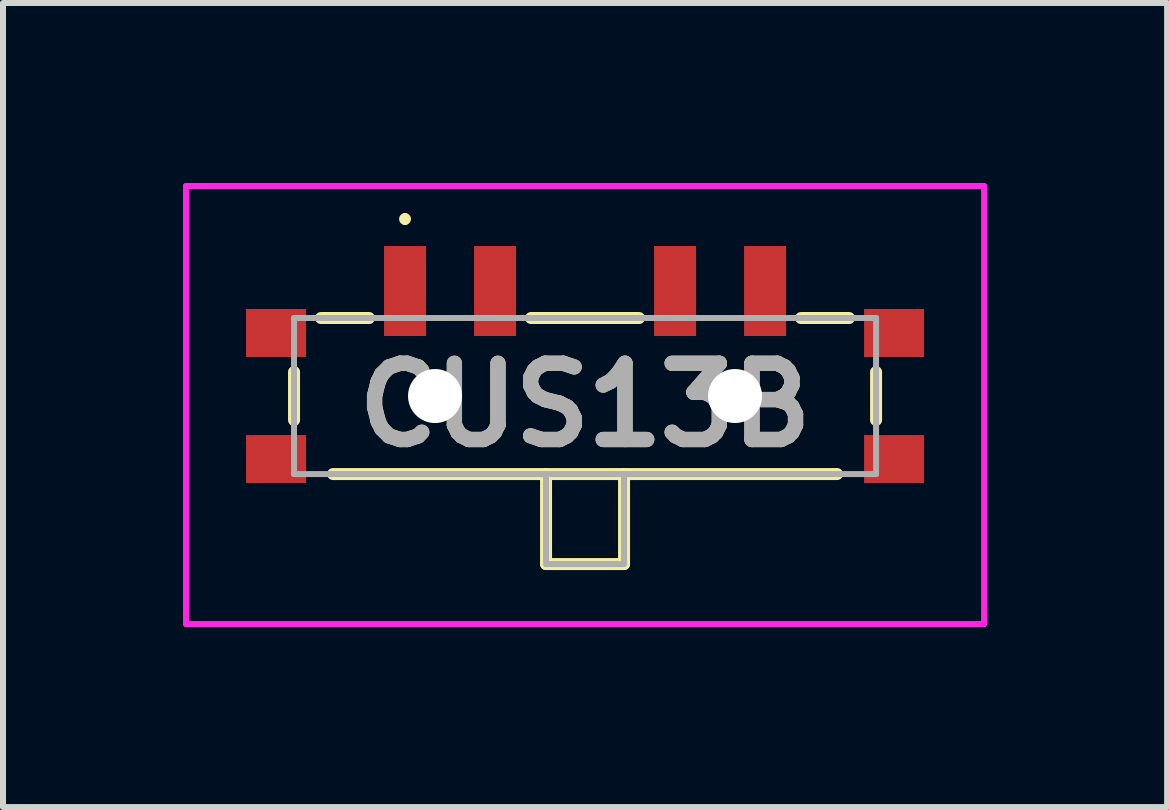
<source format=kicad_pcb>
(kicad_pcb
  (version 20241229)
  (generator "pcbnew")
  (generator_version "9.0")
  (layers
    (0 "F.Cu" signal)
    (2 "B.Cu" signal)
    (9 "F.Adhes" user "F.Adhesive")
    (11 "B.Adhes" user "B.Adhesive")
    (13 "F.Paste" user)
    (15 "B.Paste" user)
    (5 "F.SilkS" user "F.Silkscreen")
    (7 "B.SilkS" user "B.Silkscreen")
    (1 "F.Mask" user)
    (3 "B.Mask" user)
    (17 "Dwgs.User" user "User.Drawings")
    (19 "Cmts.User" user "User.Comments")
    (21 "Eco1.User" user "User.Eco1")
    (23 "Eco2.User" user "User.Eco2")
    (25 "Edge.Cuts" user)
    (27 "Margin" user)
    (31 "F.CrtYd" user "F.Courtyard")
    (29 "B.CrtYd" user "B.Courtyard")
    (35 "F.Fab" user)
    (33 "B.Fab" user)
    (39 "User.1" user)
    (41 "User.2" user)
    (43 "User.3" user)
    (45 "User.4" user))
  (footprint "CUS13B"
    (layer "F.Cu")
    (at 6.7 3.55)
    (property "Reference" "CUS13B" (at 0 0.15 0) (layer "F.SilkS") (effects (font (size 1.27 1.27) (thickness 0.254))))
    (attr through_hole)
    (fp_line (start -4.85 -0.4) (end -4.85 0.4) (stroke (width 0.2) (type solid)) (layer "F.SilkS"))
    (fp_line (start -4.4 -1.3) (end -3.6 -1.3) (stroke (width 0.2) (type solid)) (layer "F.SilkS"))
    (fp_line (start -4.2 1.3) (end 4.2 1.3) (stroke (width 0.2) (type solid)) (layer "F.SilkS"))
    (fp_line (start -3 -3) (end -3 -3) (stroke (width 0.1) (type solid)) (layer "F.SilkS"))
    (fp_line (start -3 -2.9) (end -3 -2.9) (stroke (width 0.1) (type solid)) (layer "F.SilkS"))
    (fp_line (start -0.9 -1.3) (end 0.9 -1.3) (stroke (width 0.2) (type solid)) (layer "F.SilkS"))
    (fp_line (start -0.65 1.3) (end -0.65 2.8) (stroke (width 0.2) (type solid)) (layer "F.SilkS"))
    (fp_line (start -0.65 2.8) (end 0.65 2.8) (stroke (width 0.2) (type solid)) (layer "F.SilkS"))
    (fp_line (start 0.65 2.8) (end 0.65 1.3) (stroke (width 0.2) (type solid)) (layer "F.SilkS"))
    (fp_line (start 3.6 -1.3) (end 4.4 -1.3) (stroke (width 0.2) (type solid)) (layer "F.SilkS"))
    (fp_line (start 4.85 -0.4) (end 4.85 0.4) (stroke (width 0.2) (type solid)) (layer "F.SilkS"))
    (fp_arc (start -3 -3) (mid -2.95 -2.95) (end -3 -2.9) (stroke (width 0.1) (type solid)) (layer "F.SilkS"))
    (fp_arc (start -3 -2.9) (mid -3.05 -2.95) (end -3 -3) (stroke (width 0.1) (type solid)) (layer "F.SilkS"))
    (fp_line (start -6.65 -3.5) (end 6.65 -3.5) (stroke (width 0.1) (type solid)) (layer "F.CrtYd"))
    (fp_line (start -6.65 3.8) (end -6.65 -3.5) (stroke (width 0.1) (type solid)) (layer "F.CrtYd"))
    (fp_line (start 6.65 -3.5) (end 6.65 3.8) (stroke (width 0.1) (type solid)) (layer "F.CrtYd"))
    (fp_line (start 6.65 3.8) (end -6.65 3.8) (stroke (width 0.1) (type solid)) (layer "F.CrtYd"))
    (fp_line (start -4.85 -1.3) (end 4.85 -1.3) (stroke (width 0.1) (type solid)) (layer "F.Fab"))
    (fp_line (start -4.85 1.3) (end -4.85 -1.3) (stroke (width 0.1) (type solid)) (layer "F.Fab"))
    (fp_line (start -0.65 1.3) (end -0.65 2.8) (stroke (width 0.1) (type solid)) (layer "F.Fab"))
    (fp_line (start -0.65 2.8) (end 0.65 2.8) (stroke (width 0.1) (type solid)) (layer "F.Fab"))
    (fp_line (start 0.65 2.8) (end 0.65 1.3) (stroke (width 0.1) (type solid)) (layer "F.Fab"))
    (fp_line (start 4.85 -1.3) (end 4.85 1.3) (stroke (width 0.1) (type solid)) (layer "F.Fab"))
    (fp_line (start 4.85 1.3) (end -4.85 1.3) (stroke (width 0.1) (type solid)) (layer "F.Fab"))
    (fp_text user "${REFERENCE}" (at 0 0.15 0) (layer "F.Fab") (effects (font (size 1.27 1.27) (thickness 0.254))))
    (pad "" np_thru_hole circle (at -2.5 0) (size 0.9 0.9) (drill 0.9) (layers "*.Cu" "*.Mask"))
    (pad "" np_thru_hole circle (at 2.5 0) (size 0.9 0.9) (drill 0.9) (layers "*.Cu" "*.Mask"))
    (pad "1" smd rect (at -3 -1.75) (size 0.7 1.5) (layers "F.Cu" "F.Mask" "F.Paste"))
    (pad "2" smd rect (at -1.5 -1.75) (size 0.7 1.5) (layers "F.Cu" "F.Mask" "F.Paste"))
    (pad "3" smd rect (at 1.5 -1.75) (size 0.7 1.5) (layers "F.Cu" "F.Mask" "F.Paste"))
    (pad "4" smd rect (at 3 -1.75) (size 0.7 1.5) (layers "F.Cu" "F.Mask" "F.Paste"))
    (pad "MP1" smd rect (at -5.15 -1.05 90) (size 0.8 1) (layers "F.Cu" "F.Mask" "F.Paste"))
    (pad "MP2" smd rect (at 5.15 -1.05 90) (size 0.8 1) (layers "F.Cu" "F.Mask" "F.Paste"))
    (pad "MP3" smd rect (at -5.15 1.05 90) (size 0.8 1) (layers "F.Cu" "F.Mask" "F.Paste"))
    (pad "MP4" smd rect (at 5.15 1.05 90) (size 0.8 1) (layers "F.Cu" "F.Mask" "F.Paste")))
  (gr_rect
    (start -3 -3)
    (end 16.4 10.4)
    (stroke (width 0.1) (type default))
    (fill no)
    (layer "Edge.Cuts")))
</source>
